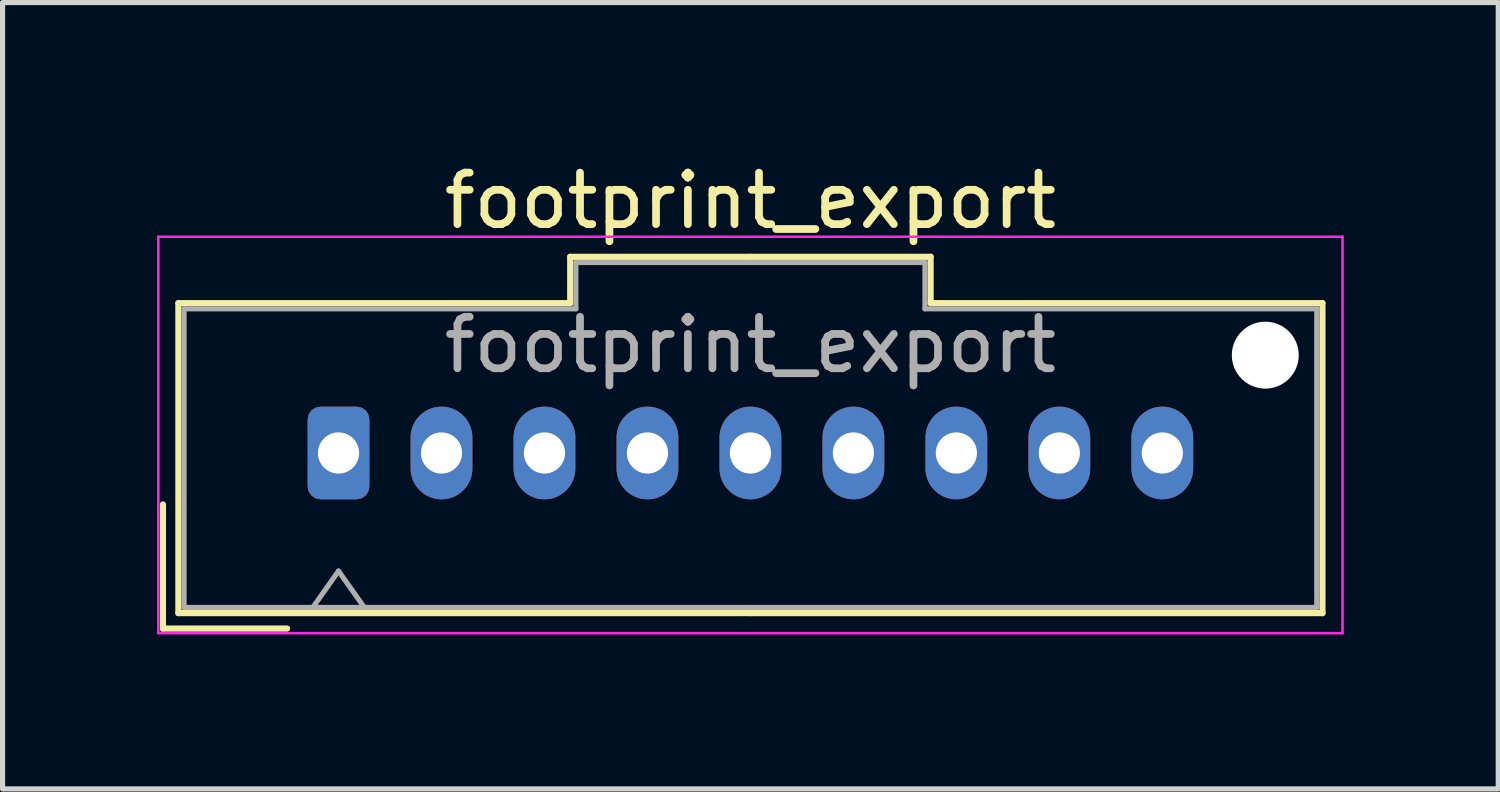
<source format=kicad_pcb>
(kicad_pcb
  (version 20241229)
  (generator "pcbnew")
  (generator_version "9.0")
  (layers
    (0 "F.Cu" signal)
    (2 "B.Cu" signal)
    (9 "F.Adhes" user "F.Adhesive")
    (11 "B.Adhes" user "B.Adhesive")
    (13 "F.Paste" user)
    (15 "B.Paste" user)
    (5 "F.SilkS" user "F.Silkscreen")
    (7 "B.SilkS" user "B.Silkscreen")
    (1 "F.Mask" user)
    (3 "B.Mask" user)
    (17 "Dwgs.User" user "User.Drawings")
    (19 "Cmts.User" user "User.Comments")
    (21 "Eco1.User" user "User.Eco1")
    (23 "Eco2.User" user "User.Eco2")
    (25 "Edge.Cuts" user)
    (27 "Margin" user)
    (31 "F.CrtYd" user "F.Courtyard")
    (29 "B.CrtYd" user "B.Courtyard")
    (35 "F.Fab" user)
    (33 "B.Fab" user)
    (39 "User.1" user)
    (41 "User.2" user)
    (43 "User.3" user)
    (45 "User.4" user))
  (footprint "footprint_export"
    (layer "F.Cu")
    (at 3.525 5.748)
    (property "Reference" "footprint_export" (at 8 -4.9 0) (layer "F.SilkS") (effects (font (size 1 1) (thickness 0.15))))
    (attr through_hole)
    (fp_line (start -3.41 1) (end -3.41 3.41) (stroke (width 0.12) (type solid)) (layer "F.SilkS"))
    (fp_line (start -3.41 3.41) (end -1 3.41) (stroke (width 0.12) (type solid)) (layer "F.SilkS"))
    (fp_line (start -3.11 -2.91) (end -3.11 3.11) (stroke (width 0.12) (type solid)) (layer "F.SilkS"))
    (fp_line (start -3.11 3.11) (end 8 3.11) (stroke (width 0.12) (type solid)) (layer "F.SilkS"))
    (fp_line (start 4.5 -3.81) (end 4.5 -2.91) (stroke (width 0.12) (type solid)) (layer "F.SilkS"))
    (fp_line (start 4.5 -2.91) (end -3.11 -2.91) (stroke (width 0.12) (type solid)) (layer "F.SilkS"))
    (fp_line (start 8 -3.81) (end 4.5 -3.81) (stroke (width 0.12) (type solid)) (layer "F.SilkS"))
    (fp_line (start 8 -3.81) (end 11.5 -3.81) (stroke (width 0.12) (type solid)) (layer "F.SilkS"))
    (fp_line (start 11.5 -3.81) (end 11.5 -2.91) (stroke (width 0.12) (type solid)) (layer "F.SilkS"))
    (fp_line (start 11.5 -2.91) (end 19.11 -2.91) (stroke (width 0.12) (type solid)) (layer "F.SilkS"))
    (fp_line (start 19.11 -2.91) (end 19.11 3.11) (stroke (width 0.12) (type solid)) (layer "F.SilkS"))
    (fp_line (start 19.11 3.11) (end 8 3.11) (stroke (width 0.12) (type solid)) (layer "F.SilkS"))
    (fp_line (start -3.5 -4.2) (end -3.5 3.5) (stroke (width 0.05) (type solid)) (layer "F.CrtYd"))
    (fp_line (start -3.5 3.5) (end 19.5 3.5) (stroke (width 0.05) (type solid)) (layer "F.CrtYd"))
    (fp_line (start 19.5 -4.2) (end -3.5 -4.2) (stroke (width 0.05) (type solid)) (layer "F.CrtYd"))
    (fp_line (start 19.5 3.5) (end 19.5 -4.2) (stroke (width 0.05) (type solid)) (layer "F.CrtYd"))
    (fp_line (start -3 -2.8) (end -3 3) (stroke (width 0.1) (type solid)) (layer "F.Fab"))
    (fp_line (start -3 3) (end 8 3) (stroke (width 0.1) (type solid)) (layer "F.Fab"))
    (fp_line (start -0.5 3) (end 0 2.293) (stroke (width 0.1) (type solid)) (layer "F.Fab"))
    (fp_line (start 0 2.293) (end 0.5 3) (stroke (width 0.1) (type solid)) (layer "F.Fab"))
    (fp_line (start 4.61 -3.7) (end 4.61 -2.8) (stroke (width 0.1) (type solid)) (layer "F.Fab"))
    (fp_line (start 4.61 -2.8) (end -3 -2.8) (stroke (width 0.1) (type solid)) (layer "F.Fab"))
    (fp_line (start 8 -3.7) (end 4.61 -3.7) (stroke (width 0.1) (type solid)) (layer "F.Fab"))
    (fp_line (start 8 -3.7) (end 11.39 -3.7) (stroke (width 0.1) (type solid)) (layer "F.Fab"))
    (fp_line (start 11.39 -3.7) (end 11.39 -2.8) (stroke (width 0.1) (type solid)) (layer "F.Fab"))
    (fp_line (start 11.39 -2.8) (end 19 -2.8) (stroke (width 0.1) (type solid)) (layer "F.Fab"))
    (fp_line (start 19 -2.8) (end 19 3) (stroke (width 0.1) (type solid)) (layer "F.Fab"))
    (fp_line (start 19 3) (end 8 3) (stroke (width 0.1) (type solid)) (layer "F.Fab"))
    (fp_text user "${REFERENCE}" (at 8 -2.1 0) (layer "F.Fab") (effects (font (size 1 1) (thickness 0.15))))
    (pad "" np_thru_hole circle (at 18 -1.9) (size 1.3 1.3) (drill 1.3) (layers "*.Cu" "*.Mask"))
    (pad "1" thru_hole roundrect (at 0 0) (size 1.2 1.8) (drill 0.8) (layers "*.Cu" "*.Mask") (roundrect_rratio 0.208))
    (pad "2" thru_hole oval (at 2 0) (size 1.2 1.8) (drill 0.8) (layers "*.Cu" "*.Mask"))
    (pad "3" thru_hole oval (at 4 0) (size 1.2 1.8) (drill 0.8) (layers "*.Cu" "*.Mask"))
    (pad "4" thru_hole oval (at 6 0) (size 1.2 1.8) (drill 0.8) (layers "*.Cu" "*.Mask"))
    (pad "5" thru_hole oval (at 8 0) (size 1.2 1.8) (drill 0.8) (layers "*.Cu" "*.Mask"))
    (pad "6" thru_hole oval (at 10 0) (size 1.2 1.8) (drill 0.8) (layers "*.Cu" "*.Mask"))
    (pad "7" thru_hole oval (at 12 0) (size 1.2 1.8) (drill 0.8) (layers "*.Cu" "*.Mask"))
    (pad "8" thru_hole oval (at 14 0) (size 1.2 1.8) (drill 0.8) (layers "*.Cu" "*.Mask"))
    (pad "9" thru_hole oval (at 16 0) (size 1.2 1.8) (drill 0.8) (layers "*.Cu" "*.Mask")))
  (gr_rect
    (start -3 -3)
    (end 26.05 12.273)
    (stroke (width 0.1) (type default))
    (fill no)
    (layer "Edge.Cuts")))
</source>
